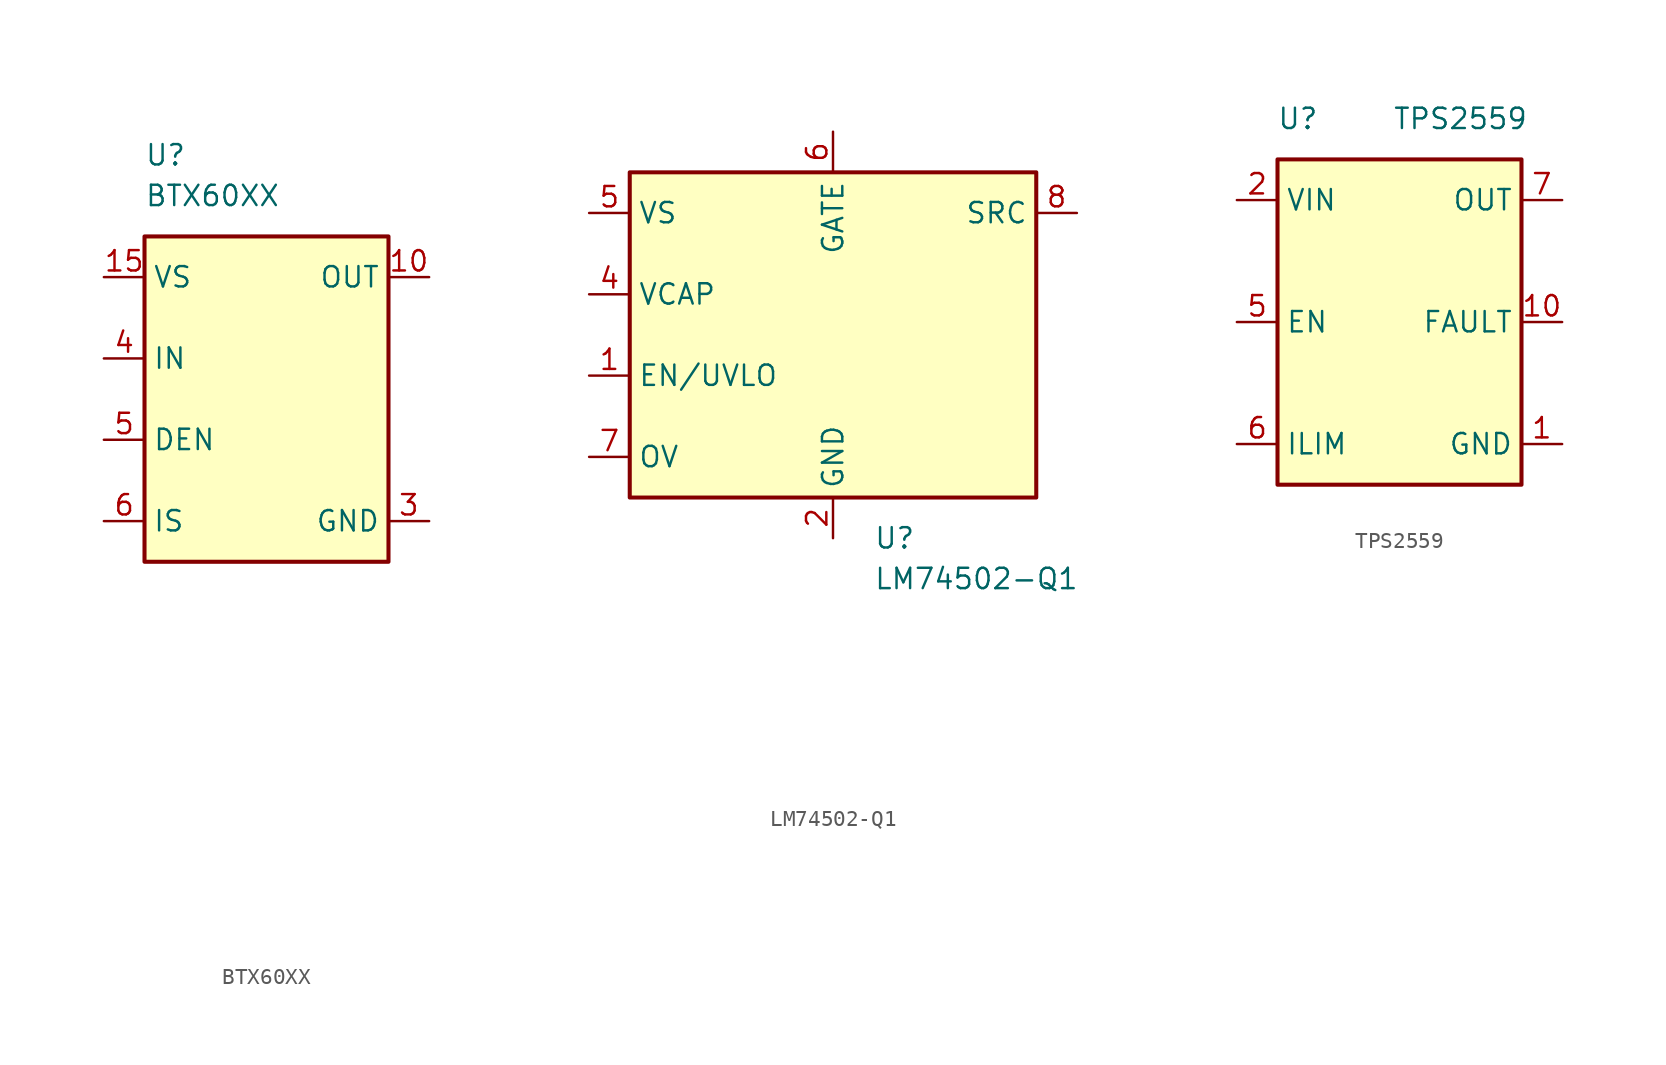
<source format=kicad_sym>
(kicad_symbol_lib
  (version 20231120)
  (generator "kicad_symbol_editor")
  (generator_version "8.0")
  (symbol "BTX60XX"
    (property "Reference" "U"
      (at -7.62 15.24 0)
      (effects (font (size 1.27 1.27)) (justify left)))
    (property "Value" "BTX60XX"
      (at -7.62 12.7 0)
      (effects (font (size 1.27 1.27)) (justify left)))
    (symbol "BTX60XX_0_1"
      (rectangle (start -7.62 10.16) (end 7.62 -10.16) (stroke (width 0.254) (type default)) (fill (type background))))
    (symbol "BTX60XX_1_1"
      (pin no_connect line (at -3.81 -15.24 180) (length 2.54) hide (name "" (effects (font (size 1.27 1.27)))) (number "1" (effects (font (size 1.27 1.27)))))
      (pin power_out line (at 10.16 7.62 180) (length 2.54) (name "OUT" (effects (font (size 1.27 1.27)))) (number "10" (effects (font (size 1.27 1.27)))))
      (pin passive line (at 10.16 7.62 180) (length 2.54) hide (name "OUT" (effects (font (size 1.27 1.27)))) (number "11" (effects (font (size 1.27 1.27)))))
      (pin passive line (at 10.16 7.62 180) (length 2.54) hide (name "OUT" (effects (font (size 1.27 1.27)))) (number "12" (effects (font (size 1.27 1.27)))))
      (pin no_connect line (at -3.81 -27.94 180) (length 2.54) hide (name "" (effects (font (size 1.27 1.27)))) (number "13" (effects (font (size 1.27 1.27)))))
      (pin no_connect line (at -3.81 -30.48 180) (length 2.54) hide (name "" (effects (font (size 1.27 1.27)))) (number "14" (effects (font (size 1.27 1.27)))))
      (pin power_in line (at -10.16 7.62 0) (length 2.54) (name "VS" (effects (font (size 1.27 1.27)))) (number "15" (effects (font (size 1.27 1.27)))))
      (pin no_connect line (at -3.81 -17.78 180) (length 2.54) hide (name "" (effects (font (size 1.27 1.27)))) (number "2" (effects (font (size 1.27 1.27)))))
      (pin power_in line (at 10.16 -7.62 180) (length 2.54) (name "GND" (effects (font (size 1.27 1.27)))) (number "3" (effects (font (size 1.27 1.27)))))
      (pin input line (at -10.16 2.54 0) (length 2.54) (name "IN" (effects (font (size 1.27 1.27)))) (number "4" (effects (font (size 1.27 1.27)))))
      (pin input line (at -10.16 -2.54 0) (length 2.54) (name "DEN" (effects (font (size 1.27 1.27)))) (number "5" (effects (font (size 1.27 1.27)))))
      (pin output line (at -10.16 -7.62 0) (length 2.54) (name "IS" (effects (font (size 1.27 1.27)))) (number "6" (effects (font (size 1.27 1.27)))))
      (pin no_connect line (at -3.81 -20.32 180) (length 2.54) hide (name "" (effects (font (size 1.27 1.27)))) (number "7" (effects (font (size 1.27 1.27)))))
      (pin no_connect line (at -3.81 -22.86 180) (length 2.54) hide (name "" (effects (font (size 1.27 1.27)))) (number "8" (effects (font (size 1.27 1.27)))))
      (pin no_connect line (at -3.81 -25.4 180) (length 2.54) hide (name "" (effects (font (size 1.27 1.27)))) (number "9" (effects (font (size 1.27 1.27)))))))
  (symbol "LM74502-Q1"
    (property "Reference" "U"
      (at 2.54 -12.7 0)
      (effects (font (size 1.27 1.27)) (justify left)))
    (property "Value" "LM74502-Q1"
      (at 2.54 -15.24 0)
      (effects (font (size 1.27 1.27)) (justify left)))
    (symbol "LM74502-Q1_0_1"
      (rectangle (start -12.7 10.16) (end 12.7 -10.16) (stroke (width 0.254) (type default)) (fill (type background))))
    (symbol "LM74502-Q1_1_1"
      (pin passive line (at -15.24 -2.54 0) (length 2.54) (name "EN/UVLO" (effects (font (size 1.27 1.27)))) (number "1" (effects (font (size 1.27 1.27)))))
      (pin power_in line (at 0 -12.7 90) (length 2.54) (name "GND" (effects (font (size 1.27 1.27)))) (number "2" (effects (font (size 1.27 1.27)))))
      (pin no_connect line (at 5.08 -25.4 0) (length 2.54) hide (name "" (effects (font (size 1.27 1.27)))) (number "3" (effects (font (size 1.27 1.27)))))
      (pin bidirectional line (at -15.24 2.54 0) (length 2.54) (name "VCAP" (effects (font (size 1.27 1.27)))) (number "4" (effects (font (size 1.27 1.27)))))
      (pin input line (at -15.24 7.62 0) (length 2.54) (name "VS" (effects (font (size 1.27 1.27)))) (number "5" (effects (font (size 1.27 1.27)))))
      (pin output line (at 0 12.7 270) (length 2.54) (name "GATE" (effects (font (size 1.27 1.27)))) (number "6" (effects (font (size 1.27 1.27)))))
      (pin input line (at -15.24 -7.62 0) (length 2.54) (name "OV" (effects (font (size 1.27 1.27)))) (number "7" (effects (font (size 1.27 1.27)))))
      (pin input line (at 15.24 7.62 180) (length 2.54) (name "SRC" (effects (font (size 1.27 1.27)))) (number "8" (effects (font (size 1.27 1.27)))))))
  (symbol "TPS2559"
    (property "Reference" "U"
      (at -6.35 12.7 0)
      (effects (font (size 1.27 1.27))))
    (property "Value" "TPS2559"
      (at 3.81 12.7 0)
      (effects (font (size 1.27 1.27))))
    (symbol "TPS2559_0_1"
      (rectangle (start -7.62 10.16) (end 7.62 -10.16) (stroke (width 0.254) (type default)) (fill (type background))))
    (symbol "TPS2559_1_1"
      (pin power_in line (at 10.16 -7.62 180) (length 2.54) (name "GND" (effects (font (size 1.27 1.27)))) (number "1" (effects (font (size 1.27 1.27)))))
      (pin output line (at 10.16 0 180) (length 2.54) (name "FAULT" (effects (font (size 1.27 1.27)))) (number "10" (effects (font (size 1.27 1.27)))))
      (pin passive line (at 10.16 -7.62 180) (length 2.54) hide (name "GND" (effects (font (size 1.27 1.27)))) (number "11" (effects (font (size 1.27 1.27)))))
      (pin power_in line (at -10.16 7.62 0) (length 2.54) (name "VIN" (effects (font (size 1.27 1.27)))) (number "2" (effects (font (size 1.27 1.27)))))
      (pin passive line (at -10.16 7.62 0) (length 2.54) hide (name "VIN" (effects (font (size 1.27 1.27)))) (number "3" (effects (font (size 1.27 1.27)))))
      (pin passive line (at -10.16 7.62 0) (length 2.54) hide (name "VIN" (effects (font (size 1.27 1.27)))) (number "4" (effects (font (size 1.27 1.27)))))
      (pin input line (at -10.16 0 0) (length 2.54) (name "EN" (effects (font (size 1.27 1.27)))) (number "5" (effects (font (size 1.27 1.27)))))
      (pin output line (at -10.16 -7.62 0) (length 2.54) (name "ILIM" (effects (font (size 1.27 1.27)))) (number "6" (effects (font (size 1.27 1.27)))))
      (pin power_out line (at 10.16 7.62 180) (length 2.54) (name "OUT" (effects (font (size 1.27 1.27)))) (number "7" (effects (font (size 1.27 1.27)))))
      (pin passive line (at 10.16 7.62 180) (length 2.54) hide (name "OUT" (effects (font (size 1.27 1.27)))) (number "8" (effects (font (size 1.27 1.27)))))
      (pin passive line (at 10.16 7.62 180) (length 2.54) hide (name "OUT" (effects (font (size 1.27 1.27)))) (number "9" (effects (font (size 1.27 1.27))))))))
</source>
